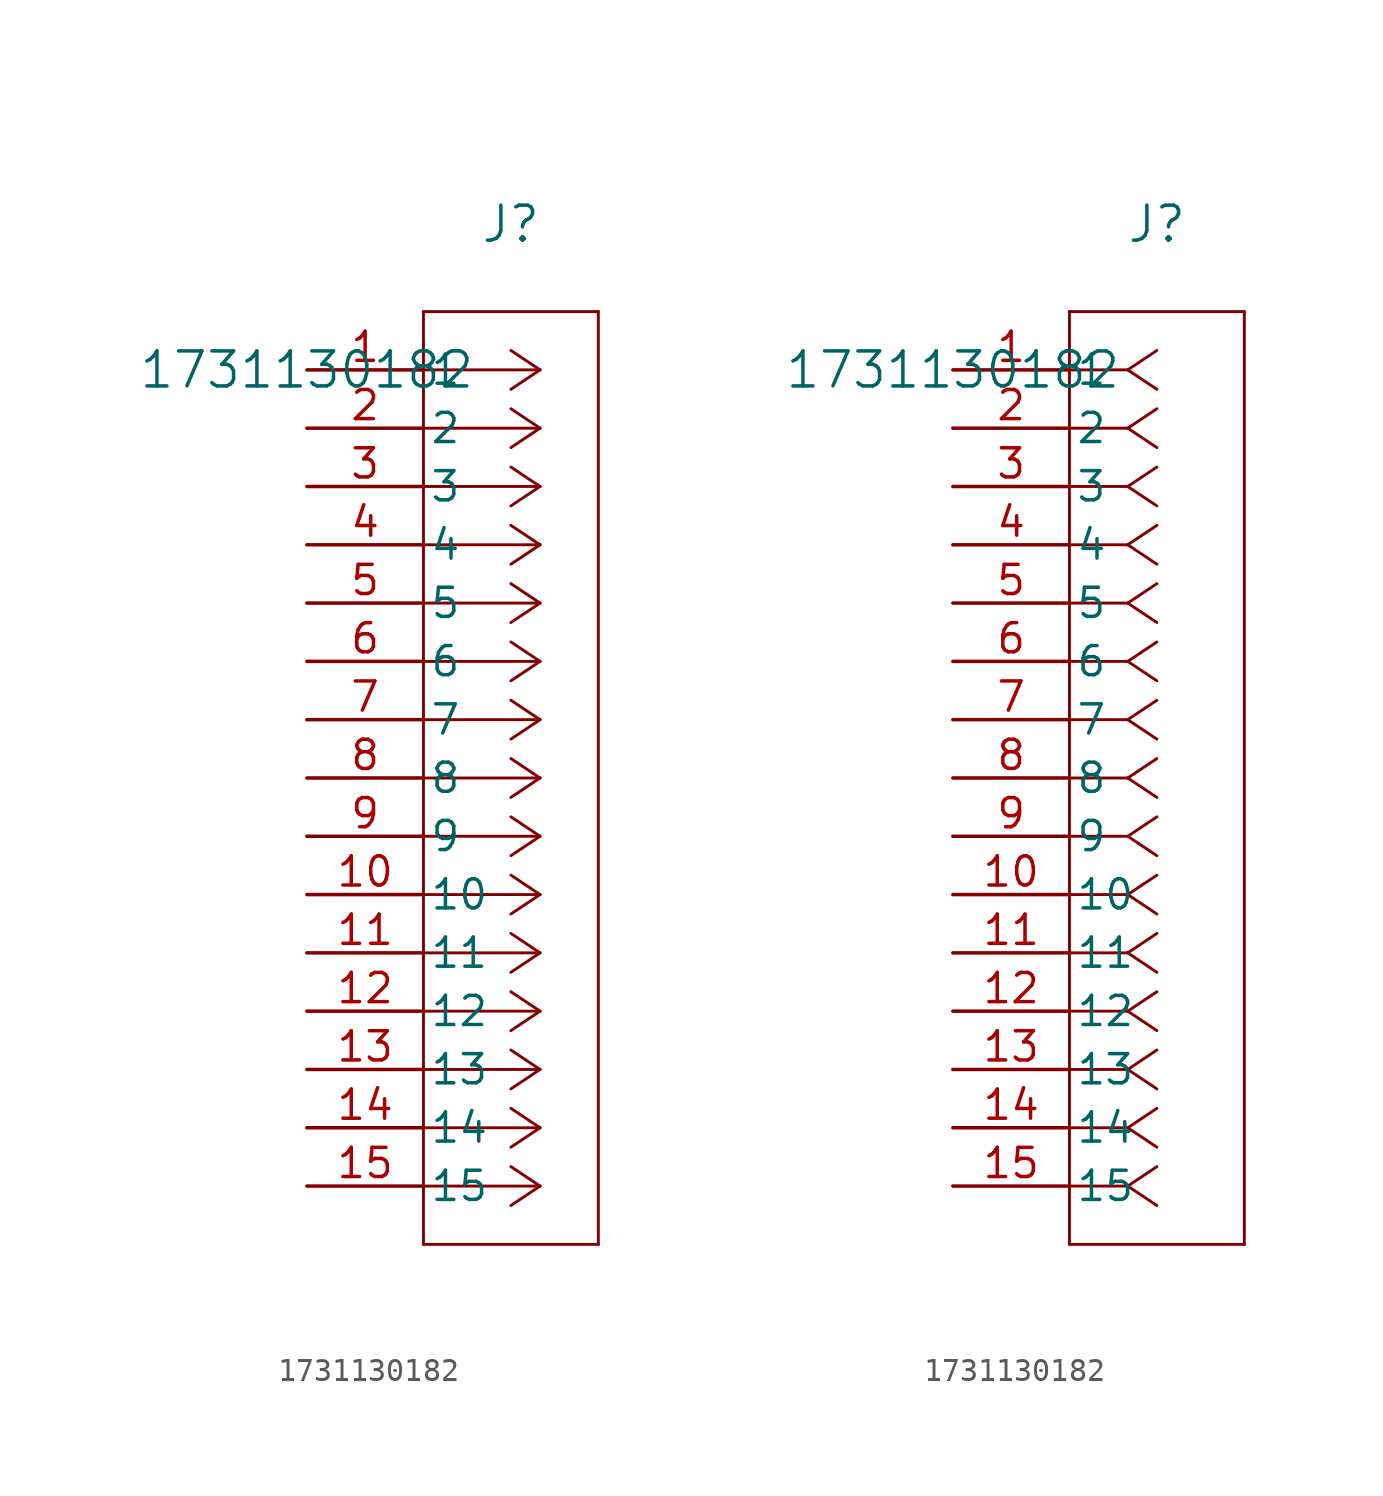
<source format=kicad_sym>
(kicad_symbol_lib
  (version 20211014)
  (generator kicad_symbol_editor)
  (symbol "1731130182"
    (pin_names
      (offset 0.254))
    (property "Reference" "J"
      (at 8.89 6.35 0)
      (effects (font (size 1.524 1.524))))
    (property "Value" "1731130182"
      (at 0 0 0)
      (effects (font (size 1.524 1.524))))
    (symbol "1731130182_1_1"
      (polyline (pts (xy 10.16 0) (xy 5.08 0)) (stroke (width 0.127) (type default) (color 0 0 0 0)) (fill (type none)))
      (polyline (pts (xy 10.16 -2.54) (xy 5.08 -2.54)) (stroke (width 0.127) (type default) (color 0 0 0 0)) (fill (type none)))
      (polyline (pts (xy 10.16 -5.08) (xy 5.08 -5.08)) (stroke (width 0.127) (type default) (color 0 0 0 0)) (fill (type none)))
      (polyline (pts (xy 10.16 -7.62) (xy 5.08 -7.62)) (stroke (width 0.127) (type default) (color 0 0 0 0)) (fill (type none)))
      (polyline (pts (xy 10.16 -10.16) (xy 5.08 -10.16)) (stroke (width 0.127) (type default) (color 0 0 0 0)) (fill (type none)))
      (polyline (pts (xy 10.16 -12.7) (xy 5.08 -12.7)) (stroke (width 0.127) (type default) (color 0 0 0 0)) (fill (type none)))
      (polyline (pts (xy 10.16 -15.24) (xy 5.08 -15.24)) (stroke (width 0.127) (type default) (color 0 0 0 0)) (fill (type none)))
      (polyline (pts (xy 10.16 -17.78) (xy 5.08 -17.78)) (stroke (width 0.127) (type default) (color 0 0 0 0)) (fill (type none)))
      (polyline (pts (xy 10.16 -20.32) (xy 5.08 -20.32)) (stroke (width 0.127) (type default) (color 0 0 0 0)) (fill (type none)))
      (polyline (pts (xy 10.16 -22.86) (xy 5.08 -22.86)) (stroke (width 0.127) (type default) (color 0 0 0 0)) (fill (type none)))
      (polyline (pts (xy 10.16 -25.4) (xy 5.08 -25.4)) (stroke (width 0.127) (type default) (color 0 0 0 0)) (fill (type none)))
      (polyline (pts (xy 10.16 -27.94) (xy 5.08 -27.94)) (stroke (width 0.127) (type default) (color 0 0 0 0)) (fill (type none)))
      (polyline (pts (xy 10.16 -30.48) (xy 5.08 -30.48)) (stroke (width 0.127) (type default) (color 0 0 0 0)) (fill (type none)))
      (polyline (pts (xy 10.16 -33.02) (xy 5.08 -33.02)) (stroke (width 0.127) (type default) (color 0 0 0 0)) (fill (type none)))
      (polyline (pts (xy 10.16 -35.56) (xy 5.08 -35.56)) (stroke (width 0.127) (type default) (color 0 0 0 0)) (fill (type none)))
      (polyline (pts (xy 10.16 0) (xy 8.89 0.847)) (stroke (width 0.127) (type default) (color 0 0 0 0)) (fill (type none)))
      (polyline (pts (xy 10.16 -2.54) (xy 8.89 -1.693)) (stroke (width 0.127) (type default) (color 0 0 0 0)) (fill (type none)))
      (polyline (pts (xy 10.16 -5.08) (xy 8.89 -4.233)) (stroke (width 0.127) (type default) (color 0 0 0 0)) (fill (type none)))
      (polyline (pts (xy 10.16 -7.62) (xy 8.89 -6.773)) (stroke (width 0.127) (type default) (color 0 0 0 0)) (fill (type none)))
      (polyline (pts (xy 10.16 -10.16) (xy 8.89 -9.313)) (stroke (width 0.127) (type default) (color 0 0 0 0)) (fill (type none)))
      (polyline (pts (xy 10.16 -12.7) (xy 8.89 -11.853)) (stroke (width 0.127) (type default) (color 0 0 0 0)) (fill (type none)))
      (polyline (pts (xy 10.16 -15.24) (xy 8.89 -14.393)) (stroke (width 0.127) (type default) (color 0 0 0 0)) (fill (type none)))
      (polyline (pts (xy 10.16 -17.78) (xy 8.89 -16.933)) (stroke (width 0.127) (type default) (color 0 0 0 0)) (fill (type none)))
      (polyline (pts (xy 10.16 -20.32) (xy 8.89 -19.473)) (stroke (width 0.127) (type default) (color 0 0 0 0)) (fill (type none)))
      (polyline (pts (xy 10.16 -22.86) (xy 8.89 -22.013)) (stroke (width 0.127) (type default) (color 0 0 0 0)) (fill (type none)))
      (polyline (pts (xy 10.16 -25.4) (xy 8.89 -24.553)) (stroke (width 0.127) (type default) (color 0 0 0 0)) (fill (type none)))
      (polyline (pts (xy 10.16 -27.94) (xy 8.89 -27.093)) (stroke (width 0.127) (type default) (color 0 0 0 0)) (fill (type none)))
      (polyline (pts (xy 10.16 -30.48) (xy 8.89 -29.633)) (stroke (width 0.127) (type default) (color 0 0 0 0)) (fill (type none)))
      (polyline (pts (xy 10.16 -33.02) (xy 8.89 -32.173)) (stroke (width 0.127) (type default) (color 0 0 0 0)) (fill (type none)))
      (polyline (pts (xy 10.16 -35.56) (xy 8.89 -34.713)) (stroke (width 0.127) (type default) (color 0 0 0 0)) (fill (type none)))
      (polyline (pts (xy 10.16 0) (xy 8.89 -0.847)) (stroke (width 0.127) (type default) (color 0 0 0 0)) (fill (type none)))
      (polyline (pts (xy 10.16 -2.54) (xy 8.89 -3.387)) (stroke (width 0.127) (type default) (color 0 0 0 0)) (fill (type none)))
      (polyline (pts (xy 10.16 -5.08) (xy 8.89 -5.927)) (stroke (width 0.127) (type default) (color 0 0 0 0)) (fill (type none)))
      (polyline (pts (xy 10.16 -7.62) (xy 8.89 -8.467)) (stroke (width 0.127) (type default) (color 0 0 0 0)) (fill (type none)))
      (polyline (pts (xy 10.16 -10.16) (xy 8.89 -11.007)) (stroke (width 0.127) (type default) (color 0 0 0 0)) (fill (type none)))
      (polyline (pts (xy 10.16 -12.7) (xy 8.89 -13.547)) (stroke (width 0.127) (type default) (color 0 0 0 0)) (fill (type none)))
      (polyline (pts (xy 10.16 -15.24) (xy 8.89 -16.087)) (stroke (width 0.127) (type default) (color 0 0 0 0)) (fill (type none)))
      (polyline (pts (xy 10.16 -17.78) (xy 8.89 -18.627)) (stroke (width 0.127) (type default) (color 0 0 0 0)) (fill (type none)))
      (polyline (pts (xy 10.16 -20.32) (xy 8.89 -21.167)) (stroke (width 0.127) (type default) (color 0 0 0 0)) (fill (type none)))
      (polyline (pts (xy 10.16 -22.86) (xy 8.89 -23.707)) (stroke (width 0.127) (type default) (color 0 0 0 0)) (fill (type none)))
      (polyline (pts (xy 10.16 -25.4) (xy 8.89 -26.247)) (stroke (width 0.127) (type default) (color 0 0 0 0)) (fill (type none)))
      (polyline (pts (xy 10.16 -27.94) (xy 8.89 -28.787)) (stroke (width 0.127) (type default) (color 0 0 0 0)) (fill (type none)))
      (polyline (pts (xy 10.16 -30.48) (xy 8.89 -31.327)) (stroke (width 0.127) (type default) (color 0 0 0 0)) (fill (type none)))
      (polyline (pts (xy 10.16 -33.02) (xy 8.89 -33.867)) (stroke (width 0.127) (type default) (color 0 0 0 0)) (fill (type none)))
      (polyline (pts (xy 10.16 -35.56) (xy 8.89 -36.407)) (stroke (width 0.127) (type default) (color 0 0 0 0)) (fill (type none)))
      (polyline (pts (xy 5.08 2.54) (xy 5.08 -38.1)) (stroke (width 0.127) (type default) (color 0 0 0 0)) (fill (type none)))
      (polyline (pts (xy 5.08 -38.1) (xy 12.7 -38.1)) (stroke (width 0.127) (type default) (color 0 0 0 0)) (fill (type none)))
      (polyline (pts (xy 12.7 -38.1) (xy 12.7 2.54)) (stroke (width 0.127) (type default) (color 0 0 0 0)) (fill (type none)))
      (polyline (pts (xy 12.7 2.54) (xy 5.08 2.54)) (stroke (width 0.127) (type default) (color 0 0 0 0)) (fill (type none)))
      (pin unspecified line (at 0 0 0) (length 5.08) (name "1" (effects (font (size 1.27 1.27)))) (number "1" (effects (font (size 1.27 1.27)))))
      (pin unspecified line (at 0 -2.54 0) (length 5.08) (name "2" (effects (font (size 1.27 1.27)))) (number "2" (effects (font (size 1.27 1.27)))))
      (pin unspecified line (at 0 -5.08 0) (length 5.08) (name "3" (effects (font (size 1.27 1.27)))) (number "3" (effects (font (size 1.27 1.27)))))
      (pin unspecified line (at 0 -7.62 0) (length 5.08) (name "4" (effects (font (size 1.27 1.27)))) (number "4" (effects (font (size 1.27 1.27)))))
      (pin unspecified line (at 0 -10.16 0) (length 5.08) (name "5" (effects (font (size 1.27 1.27)))) (number "5" (effects (font (size 1.27 1.27)))))
      (pin unspecified line (at 0 -12.7 0) (length 5.08) (name "6" (effects (font (size 1.27 1.27)))) (number "6" (effects (font (size 1.27 1.27)))))
      (pin unspecified line (at 0 -15.24 0) (length 5.08) (name "7" (effects (font (size 1.27 1.27)))) (number "7" (effects (font (size 1.27 1.27)))))
      (pin unspecified line (at 0 -17.78 0) (length 5.08) (name "8" (effects (font (size 1.27 1.27)))) (number "8" (effects (font (size 1.27 1.27)))))
      (pin unspecified line (at 0 -20.32 0) (length 5.08) (name "9" (effects (font (size 1.27 1.27)))) (number "9" (effects (font (size 1.27 1.27)))))
      (pin unspecified line (at 0 -22.86 0) (length 5.08) (name "10" (effects (font (size 1.27 1.27)))) (number "10" (effects (font (size 1.27 1.27)))))
      (pin unspecified line (at 0 -25.4 0) (length 5.08) (name "11" (effects (font (size 1.27 1.27)))) (number "11" (effects (font (size 1.27 1.27)))))
      (pin unspecified line (at 0 -27.94 0) (length 5.08) (name "12" (effects (font (size 1.27 1.27)))) (number "12" (effects (font (size 1.27 1.27)))))
      (pin unspecified line (at 0 -30.48 0) (length 5.08) (name "13" (effects (font (size 1.27 1.27)))) (number "13" (effects (font (size 1.27 1.27)))))
      (pin unspecified line (at 0 -33.02 0) (length 5.08) (name "14" (effects (font (size 1.27 1.27)))) (number "14" (effects (font (size 1.27 1.27)))))
      (pin unspecified line (at 0 -35.56 0) (length 5.08) (name "15" (effects (font (size 1.27 1.27)))) (number "15" (effects (font (size 1.27 1.27))))))
    (symbol "1731130182_1_2"
      (polyline (pts (xy 7.62 0) (xy 5.08 0)) (stroke (width 0.127) (type default) (color 0 0 0 0)) (fill (type none)))
      (polyline (pts (xy 7.62 -2.54) (xy 5.08 -2.54)) (stroke (width 0.127) (type default) (color 0 0 0 0)) (fill (type none)))
      (polyline (pts (xy 7.62 -5.08) (xy 5.08 -5.08)) (stroke (width 0.127) (type default) (color 0 0 0 0)) (fill (type none)))
      (polyline (pts (xy 7.62 -7.62) (xy 5.08 -7.62)) (stroke (width 0.127) (type default) (color 0 0 0 0)) (fill (type none)))
      (polyline (pts (xy 7.62 -10.16) (xy 5.08 -10.16)) (stroke (width 0.127) (type default) (color 0 0 0 0)) (fill (type none)))
      (polyline (pts (xy 7.62 -12.7) (xy 5.08 -12.7)) (stroke (width 0.127) (type default) (color 0 0 0 0)) (fill (type none)))
      (polyline (pts (xy 7.62 -15.24) (xy 5.08 -15.24)) (stroke (width 0.127) (type default) (color 0 0 0 0)) (fill (type none)))
      (polyline (pts (xy 7.62 -17.78) (xy 5.08 -17.78)) (stroke (width 0.127) (type default) (color 0 0 0 0)) (fill (type none)))
      (polyline (pts (xy 7.62 -20.32) (xy 5.08 -20.32)) (stroke (width 0.127) (type default) (color 0 0 0 0)) (fill (type none)))
      (polyline (pts (xy 7.62 -22.86) (xy 5.08 -22.86)) (stroke (width 0.127) (type default) (color 0 0 0 0)) (fill (type none)))
      (polyline (pts (xy 7.62 -25.4) (xy 5.08 -25.4)) (stroke (width 0.127) (type default) (color 0 0 0 0)) (fill (type none)))
      (polyline (pts (xy 7.62 -27.94) (xy 5.08 -27.94)) (stroke (width 0.127) (type default) (color 0 0 0 0)) (fill (type none)))
      (polyline (pts (xy 7.62 -30.48) (xy 5.08 -30.48)) (stroke (width 0.127) (type default) (color 0 0 0 0)) (fill (type none)))
      (polyline (pts (xy 7.62 -33.02) (xy 5.08 -33.02)) (stroke (width 0.127) (type default) (color 0 0 0 0)) (fill (type none)))
      (polyline (pts (xy 7.62 -35.56) (xy 5.08 -35.56)) (stroke (width 0.127) (type default) (color 0 0 0 0)) (fill (type none)))
      (polyline (pts (xy 7.62 0) (xy 8.89 0.847)) (stroke (width 0.127) (type default) (color 0 0 0 0)) (fill (type none)))
      (polyline (pts (xy 7.62 -2.54) (xy 8.89 -1.693)) (stroke (width 0.127) (type default) (color 0 0 0 0)) (fill (type none)))
      (polyline (pts (xy 7.62 -5.08) (xy 8.89 -4.233)) (stroke (width 0.127) (type default) (color 0 0 0 0)) (fill (type none)))
      (polyline (pts (xy 7.62 -7.62) (xy 8.89 -6.773)) (stroke (width 0.127) (type default) (color 0 0 0 0)) (fill (type none)))
      (polyline (pts (xy 7.62 -10.16) (xy 8.89 -9.313)) (stroke (width 0.127) (type default) (color 0 0 0 0)) (fill (type none)))
      (polyline (pts (xy 7.62 -12.7) (xy 8.89 -11.853)) (stroke (width 0.127) (type default) (color 0 0 0 0)) (fill (type none)))
      (polyline (pts (xy 7.62 -15.24) (xy 8.89 -14.393)) (stroke (width 0.127) (type default) (color 0 0 0 0)) (fill (type none)))
      (polyline (pts (xy 7.62 -17.78) (xy 8.89 -16.933)) (stroke (width 0.127) (type default) (color 0 0 0 0)) (fill (type none)))
      (polyline (pts (xy 7.62 -20.32) (xy 8.89 -19.473)) (stroke (width 0.127) (type default) (color 0 0 0 0)) (fill (type none)))
      (polyline (pts (xy 7.62 -22.86) (xy 8.89 -22.013)) (stroke (width 0.127) (type default) (color 0 0 0 0)) (fill (type none)))
      (polyline (pts (xy 7.62 -25.4) (xy 8.89 -24.553)) (stroke (width 0.127) (type default) (color 0 0 0 0)) (fill (type none)))
      (polyline (pts (xy 7.62 -27.94) (xy 8.89 -27.093)) (stroke (width 0.127) (type default) (color 0 0 0 0)) (fill (type none)))
      (polyline (pts (xy 7.62 -30.48) (xy 8.89 -29.633)) (stroke (width 0.127) (type default) (color 0 0 0 0)) (fill (type none)))
      (polyline (pts (xy 7.62 -33.02) (xy 8.89 -32.173)) (stroke (width 0.127) (type default) (color 0 0 0 0)) (fill (type none)))
      (polyline (pts (xy 7.62 -35.56) (xy 8.89 -34.713)) (stroke (width 0.127) (type default) (color 0 0 0 0)) (fill (type none)))
      (polyline (pts (xy 7.62 0) (xy 8.89 -0.847)) (stroke (width 0.127) (type default) (color 0 0 0 0)) (fill (type none)))
      (polyline (pts (xy 7.62 -2.54) (xy 8.89 -3.387)) (stroke (width 0.127) (type default) (color 0 0 0 0)) (fill (type none)))
      (polyline (pts (xy 7.62 -5.08) (xy 8.89 -5.927)) (stroke (width 0.127) (type default) (color 0 0 0 0)) (fill (type none)))
      (polyline (pts (xy 7.62 -7.62) (xy 8.89 -8.467)) (stroke (width 0.127) (type default) (color 0 0 0 0)) (fill (type none)))
      (polyline (pts (xy 7.62 -10.16) (xy 8.89 -11.007)) (stroke (width 0.127) (type default) (color 0 0 0 0)) (fill (type none)))
      (polyline (pts (xy 7.62 -12.7) (xy 8.89 -13.547)) (stroke (width 0.127) (type default) (color 0 0 0 0)) (fill (type none)))
      (polyline (pts (xy 7.62 -15.24) (xy 8.89 -16.087)) (stroke (width 0.127) (type default) (color 0 0 0 0)) (fill (type none)))
      (polyline (pts (xy 7.62 -17.78) (xy 8.89 -18.627)) (stroke (width 0.127) (type default) (color 0 0 0 0)) (fill (type none)))
      (polyline (pts (xy 7.62 -20.32) (xy 8.89 -21.167)) (stroke (width 0.127) (type default) (color 0 0 0 0)) (fill (type none)))
      (polyline (pts (xy 7.62 -22.86) (xy 8.89 -23.707)) (stroke (width 0.127) (type default) (color 0 0 0 0)) (fill (type none)))
      (polyline (pts (xy 7.62 -25.4) (xy 8.89 -26.247)) (stroke (width 0.127) (type default) (color 0 0 0 0)) (fill (type none)))
      (polyline (pts (xy 7.62 -27.94) (xy 8.89 -28.787)) (stroke (width 0.127) (type default) (color 0 0 0 0)) (fill (type none)))
      (polyline (pts (xy 7.62 -30.48) (xy 8.89 -31.327)) (stroke (width 0.127) (type default) (color 0 0 0 0)) (fill (type none)))
      (polyline (pts (xy 7.62 -33.02) (xy 8.89 -33.867)) (stroke (width 0.127) (type default) (color 0 0 0 0)) (fill (type none)))
      (polyline (pts (xy 7.62 -35.56) (xy 8.89 -36.407)) (stroke (width 0.127) (type default) (color 0 0 0 0)) (fill (type none)))
      (polyline (pts (xy 5.08 2.54) (xy 5.08 -38.1)) (stroke (width 0.127) (type default) (color 0 0 0 0)) (fill (type none)))
      (polyline (pts (xy 5.08 -38.1) (xy 12.7 -38.1)) (stroke (width 0.127) (type default) (color 0 0 0 0)) (fill (type none)))
      (polyline (pts (xy 12.7 -38.1) (xy 12.7 2.54)) (stroke (width 0.127) (type default) (color 0 0 0 0)) (fill (type none)))
      (polyline (pts (xy 12.7 2.54) (xy 5.08 2.54)) (stroke (width 0.127) (type default) (color 0 0 0 0)) (fill (type none)))
      (pin unspecified line (at 0 0 0) (length 5.08) (name "1" (effects (font (size 1.27 1.27)))) (number "1" (effects (font (size 1.27 1.27)))))
      (pin unspecified line (at 0 -2.54 0) (length 5.08) (name "2" (effects (font (size 1.27 1.27)))) (number "2" (effects (font (size 1.27 1.27)))))
      (pin unspecified line (at 0 -5.08 0) (length 5.08) (name "3" (effects (font (size 1.27 1.27)))) (number "3" (effects (font (size 1.27 1.27)))))
      (pin unspecified line (at 0 -7.62 0) (length 5.08) (name "4" (effects (font (size 1.27 1.27)))) (number "4" (effects (font (size 1.27 1.27)))))
      (pin unspecified line (at 0 -10.16 0) (length 5.08) (name "5" (effects (font (size 1.27 1.27)))) (number "5" (effects (font (size 1.27 1.27)))))
      (pin unspecified line (at 0 -12.7 0) (length 5.08) (name "6" (effects (font (size 1.27 1.27)))) (number "6" (effects (font (size 1.27 1.27)))))
      (pin unspecified line (at 0 -15.24 0) (length 5.08) (name "7" (effects (font (size 1.27 1.27)))) (number "7" (effects (font (size 1.27 1.27)))))
      (pin unspecified line (at 0 -17.78 0) (length 5.08) (name "8" (effects (font (size 1.27 1.27)))) (number "8" (effects (font (size 1.27 1.27)))))
      (pin unspecified line (at 0 -20.32 0) (length 5.08) (name "9" (effects (font (size 1.27 1.27)))) (number "9" (effects (font (size 1.27 1.27)))))
      (pin unspecified line (at 0 -22.86 0) (length 5.08) (name "10" (effects (font (size 1.27 1.27)))) (number "10" (effects (font (size 1.27 1.27)))))
      (pin unspecified line (at 0 -25.4 0) (length 5.08) (name "11" (effects (font (size 1.27 1.27)))) (number "11" (effects (font (size 1.27 1.27)))))
      (pin unspecified line (at 0 -27.94 0) (length 5.08) (name "12" (effects (font (size 1.27 1.27)))) (number "12" (effects (font (size 1.27 1.27)))))
      (pin unspecified line (at 0 -30.48 0) (length 5.08) (name "13" (effects (font (size 1.27 1.27)))) (number "13" (effects (font (size 1.27 1.27)))))
      (pin unspecified line (at 0 -33.02 0) (length 5.08) (name "14" (effects (font (size 1.27 1.27)))) (number "14" (effects (font (size 1.27 1.27)))))
      (pin unspecified line (at 0 -35.56 0) (length 5.08) (name "15" (effects (font (size 1.27 1.27)))) (number "15" (effects (font (size 1.27 1.27))))))))
</source>
